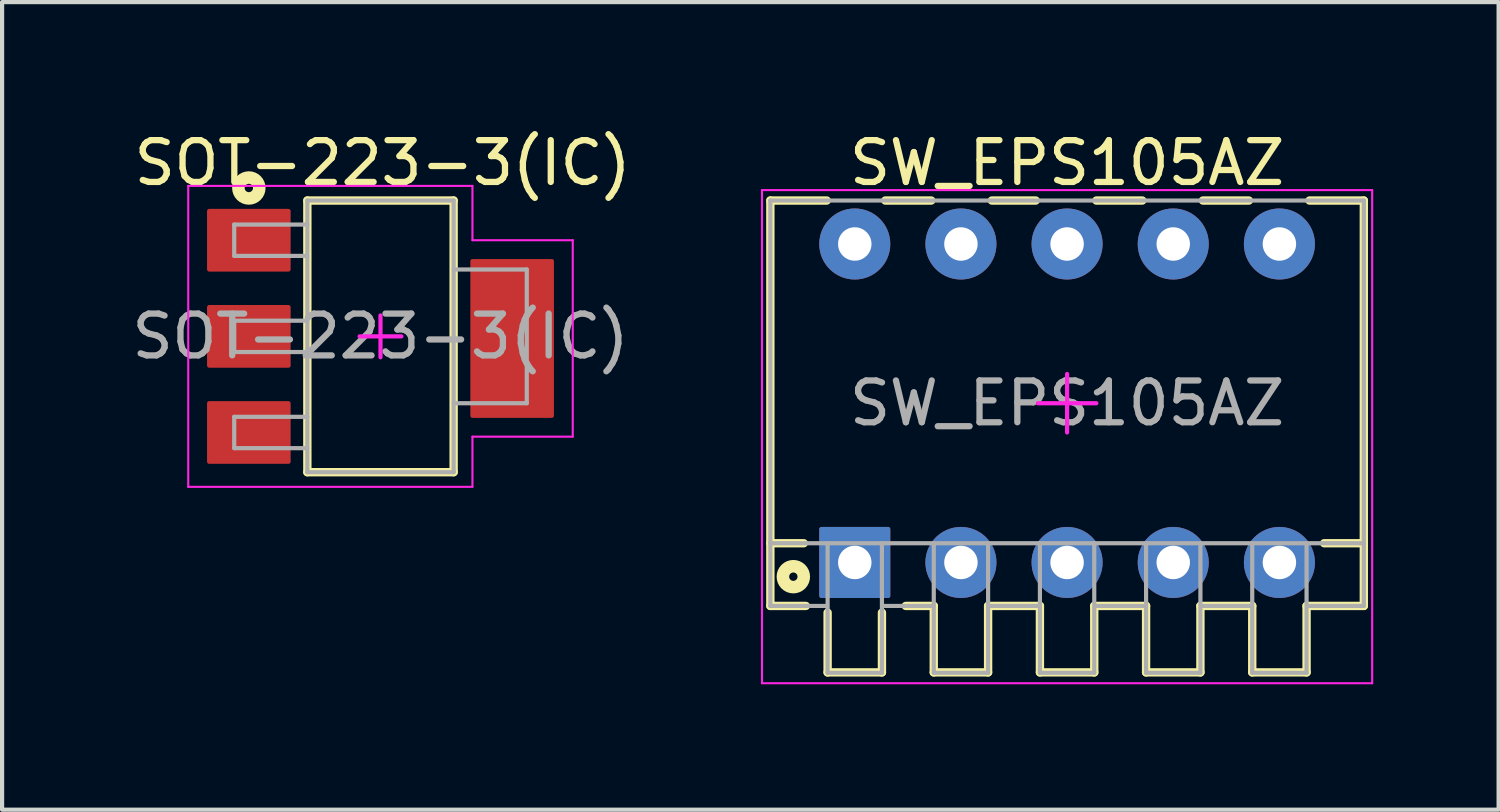
<source format=kicad_pcb>
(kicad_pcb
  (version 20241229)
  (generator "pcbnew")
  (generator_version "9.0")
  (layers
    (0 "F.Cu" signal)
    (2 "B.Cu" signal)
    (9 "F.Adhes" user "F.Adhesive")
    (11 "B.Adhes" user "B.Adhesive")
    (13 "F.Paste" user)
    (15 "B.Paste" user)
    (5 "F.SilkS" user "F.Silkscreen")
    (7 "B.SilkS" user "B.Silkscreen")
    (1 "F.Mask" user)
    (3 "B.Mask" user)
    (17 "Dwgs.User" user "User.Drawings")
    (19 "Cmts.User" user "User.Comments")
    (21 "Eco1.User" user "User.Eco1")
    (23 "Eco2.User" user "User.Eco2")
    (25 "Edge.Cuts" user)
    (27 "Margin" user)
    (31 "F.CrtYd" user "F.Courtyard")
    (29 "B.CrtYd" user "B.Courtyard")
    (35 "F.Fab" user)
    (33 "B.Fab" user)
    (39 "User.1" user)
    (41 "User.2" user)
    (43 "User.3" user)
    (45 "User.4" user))
  (footprint "SOT-223-3(IC)"
    (layer "F.Cu")
    (at 6.054 4.998)
    (property "Reference" "SOT-223-3(IC)" (at 0.05 -4.15 0) (layer "F.SilkS") (effects (font (size 1 1) (thickness 0.15))))
    (attr through_hole)
    (fp_line (start -1.75 -3.25) (end 1.75 -3.25) (stroke (width 0.2) (type solid)) (layer "F.SilkS"))
    (fp_line (start -1.75 3.25) (end -1.75 -3.25) (stroke (width 0.2) (type solid)) (layer "F.SilkS"))
    (fp_line (start 1.75 -3.25) (end 1.75 3.25) (stroke (width 0.2) (type solid)) (layer "F.SilkS"))
    (fp_line (start 1.75 3.25) (end -1.75 3.25) (stroke (width 0.2) (type solid)) (layer "F.SilkS"))
    (fp_circle (center -3.15 -3.55) (end -3.05 -3.55) (stroke (width 0.3) (type solid)) (fill no) (layer "F.SilkS"))
    (fp_line (start -4.6 -3.6) (end 2.2 -3.6) (stroke (width 0.05) (type solid)) (layer "F.CrtYd"))
    (fp_line (start -4.6 3.6) (end -4.6 -3.6) (stroke (width 0.05) (type solid)) (layer "F.CrtYd"))
    (fp_line (start -0.5 0) (end 0.5 0) (stroke (width 0.1) (type solid)) (layer "F.CrtYd"))
    (fp_line (start 0 -0.5) (end 0 0.5) (stroke (width 0.1) (type solid)) (layer "F.CrtYd"))
    (fp_line (start 2.2 -3.6) (end 2.2 -2.3) (stroke (width 0.05) (type solid)) (layer "F.CrtYd"))
    (fp_line (start 2.2 -2.3) (end 4.6 -2.3) (stroke (width 0.05) (type solid)) (layer "F.CrtYd"))
    (fp_line (start 2.2 2.4) (end 2.2 3.6) (stroke (width 0.05) (type solid)) (layer "F.CrtYd"))
    (fp_line (start 2.2 3.6) (end -4.6 3.6) (stroke (width 0.05) (type solid)) (layer "F.CrtYd"))
    (fp_line (start 4.6 -2.3) (end 4.6 2.4) (stroke (width 0.05) (type solid)) (layer "F.CrtYd"))
    (fp_line (start 4.6 2.4) (end 2.2 2.4) (stroke (width 0.05) (type solid)) (layer "F.CrtYd"))
    (fp_line (start -3.5 -2.675) (end -1.75 -2.675) (stroke (width 0.1) (type solid)) (layer "F.Fab"))
    (fp_line (start -3.5 -1.925) (end -3.5 -2.675) (stroke (width 0.1) (type solid)) (layer "F.Fab"))
    (fp_line (start -3.5 -0.375) (end -1.75 -0.375) (stroke (width 0.1) (type solid)) (layer "F.Fab"))
    (fp_line (start -3.5 0.375) (end -3.5 -0.375) (stroke (width 0.1) (type solid)) (layer "F.Fab"))
    (fp_line (start -3.5 1.925) (end -1.75 1.925) (stroke (width 0.1) (type solid)) (layer "F.Fab"))
    (fp_line (start -3.5 2.675) (end -3.5 1.925) (stroke (width 0.1) (type solid)) (layer "F.Fab"))
    (fp_line (start -1.75 -3.25) (end -1.75 3.25) (stroke (width 0.1) (type solid)) (layer "F.Fab"))
    (fp_line (start -1.75 -3.25) (end 1.75 -3.25) (stroke (width 0.1) (type solid)) (layer "F.Fab"))
    (fp_line (start -1.75 -1.925) (end -3.5 -1.925) (stroke (width 0.1) (type solid)) (layer "F.Fab"))
    (fp_line (start -1.75 0.375) (end -3.5 0.375) (stroke (width 0.1) (type solid)) (layer "F.Fab"))
    (fp_line (start -1.75 2.675) (end -3.5 2.675) (stroke (width 0.1) (type solid)) (layer "F.Fab"))
    (fp_line (start -1.75 3.25) (end 1.75 3.25) (stroke (width 0.1) (type solid)) (layer "F.Fab"))
    (fp_line (start 1.75 -3.25) (end 1.75 3.25) (stroke (width 0.1) (type solid)) (layer "F.Fab"))
    (fp_line (start 3.5 -1.6) (end 1.75 -1.6) (stroke (width 0.1) (type solid)) (layer "F.Fab"))
    (fp_line (start 3.5 1.6) (end 1.75 1.6) (stroke (width 0.1) (type solid)) (layer "F.Fab"))
    (fp_line (start 3.5 1.6) (end 3.5 -1.6) (stroke (width 0.1) (type solid)) (layer "F.Fab"))
    (fp_text user "${REFERENCE}" (at 0 0 0) (layer "F.Fab") (effects (font (size 1 1) (thickness 0.15))))
    (pad "1" smd roundrect (at -3.15 -2.3) (size 2 1.5) (layers "F.Cu" "F.Mask" "F.Paste") (roundrect_rratio 0.034))
    (pad "2" smd roundrect (at -3.15 0) (size 2 1.5) (layers "F.Cu" "F.Mask" "F.Paste") (roundrect_rratio 0.034))
    (pad "2" smd roundrect (at 3.15 0.05) (size 2 3.8) (layers "F.Cu" "F.Mask" "F.Paste") (roundrect_rratio 0.025))
    (pad "3" smd roundrect (at -3.15 2.3) (size 2 1.5) (layers "F.Cu" "F.Mask" "F.Paste") (roundrect_rratio 0.034)))
  (footprint "SW_EPS105AZ"
    (layer "F.Cu")
    (at 22.482 6.598)
    (property "Reference" "SW_EPS105AZ" (at 0 -5.75 0) (layer "F.SilkS") (effects (font (size 1 1) (thickness 0.15))))
    (attr through_hole)
    (fp_line (start -7.1 -4.85) (end -5.75 -4.85) (stroke (width 0.2) (type solid)) (layer "F.SilkS"))
    (fp_line (start -7.1 3.35) (end -6.3 3.35) (stroke (width 0.2) (type solid)) (layer "F.SilkS"))
    (fp_line (start -7.1 4.85) (end -7.1 -4.85) (stroke (width 0.2) (type solid)) (layer "F.SilkS"))
    (fp_line (start -7.1 4.85) (end -6.25 4.85) (stroke (width 0.2) (type solid)) (layer "F.SilkS"))
    (fp_line (start -5.73 6.44) (end -5.73 5.01) (stroke (width 0.2) (type solid)) (layer "F.SilkS"))
    (fp_line (start -5.73 6.44) (end -4.43 6.44) (stroke (width 0.2) (type solid)) (layer "F.SilkS"))
    (fp_line (start -4.43 6.44) (end -4.43 5.01) (stroke (width 0.2) (type solid)) (layer "F.SilkS"))
    (fp_line (start -4.35 -4.85) (end -3.25 -4.85) (stroke (width 0.2) (type solid)) (layer "F.SilkS"))
    (fp_line (start -3.86 4.85) (end -3.19 4.85) (stroke (width 0.2) (type solid)) (layer "F.SilkS"))
    (fp_line (start -3.19 6.44) (end -3.19 4.85) (stroke (width 0.2) (type solid)) (layer "F.SilkS"))
    (fp_line (start -3.19 6.44) (end -1.89 6.44) (stroke (width 0.2) (type solid)) (layer "F.SilkS"))
    (fp_line (start -1.89 4.85) (end -0.65 4.85) (stroke (width 0.2) (type solid)) (layer "F.SilkS"))
    (fp_line (start -1.89 6.44) (end -1.89 4.85) (stroke (width 0.2) (type solid)) (layer "F.SilkS"))
    (fp_line (start -1.8 -4.85) (end -0.75 -4.85) (stroke (width 0.2) (type solid)) (layer "F.SilkS"))
    (fp_line (start -0.65 6.44) (end -0.65 4.85) (stroke (width 0.2) (type solid)) (layer "F.SilkS"))
    (fp_line (start -0.65 6.44) (end 0.65 6.44) (stroke (width 0.2) (type solid)) (layer "F.SilkS"))
    (fp_line (start 0.65 4.85) (end 1.89 4.85) (stroke (width 0.2) (type solid)) (layer "F.SilkS"))
    (fp_line (start 0.65 6.44) (end 0.65 4.85) (stroke (width 0.2) (type solid)) (layer "F.SilkS"))
    (fp_line (start 0.7 -4.85) (end 1.8 -4.85) (stroke (width 0.2) (type solid)) (layer "F.SilkS"))
    (fp_line (start 1.89 6.44) (end 1.89 4.85) (stroke (width 0.2) (type solid)) (layer "F.SilkS"))
    (fp_line (start 1.89 6.44) (end 3.19 6.44) (stroke (width 0.2) (type solid)) (layer "F.SilkS"))
    (fp_line (start 3.19 4.85) (end 4.43 4.85) (stroke (width 0.2) (type solid)) (layer "F.SilkS"))
    (fp_line (start 3.19 6.44) (end 3.19 4.85) (stroke (width 0.2) (type solid)) (layer "F.SilkS"))
    (fp_line (start 3.25 -4.85) (end 4.35 -4.85) (stroke (width 0.2) (type solid)) (layer "F.SilkS"))
    (fp_line (start 4.43 6.44) (end 4.43 4.85) (stroke (width 0.2) (type solid)) (layer "F.SilkS"))
    (fp_line (start 4.43 6.44) (end 5.73 6.44) (stroke (width 0.2) (type solid)) (layer "F.SilkS"))
    (fp_line (start 5.73 4.85) (end 7.1 4.85) (stroke (width 0.2) (type solid)) (layer "F.SilkS"))
    (fp_line (start 5.73 6.44) (end 5.73 4.85) (stroke (width 0.2) (type solid)) (layer "F.SilkS"))
    (fp_line (start 5.8 -4.85) (end 7.1 -4.85) (stroke (width 0.2) (type solid)) (layer "F.SilkS"))
    (fp_line (start 7.1 -4.85) (end 7.1 4.85) (stroke (width 0.2) (type solid)) (layer "F.SilkS"))
    (fp_line (start 7.1 3.35) (end 6.15 3.35) (stroke (width 0.2) (type solid)) (layer "F.SilkS"))
    (fp_circle (center -6.55 4.15) (end -6.45 4.15) (stroke (width 0.3) (type solid)) (fill no) (layer "F.SilkS"))
    (fp_line (start -7.3 -5.1) (end -7.3 6.7) (stroke (width 0.05) (type solid)) (layer "F.CrtYd"))
    (fp_line (start -7.3 6.7) (end 7.3 6.7) (stroke (width 0.05) (type solid)) (layer "F.CrtYd"))
    (fp_line (start -0.7 0) (end 0.7 0) (stroke (width 0.1) (type solid)) (layer "F.CrtYd"))
    (fp_line (start 0 -0.7) (end 0 0.7) (stroke (width 0.1) (type solid)) (layer "F.CrtYd"))
    (fp_line (start 7.3 -5.1) (end -7.3 -5.1) (stroke (width 0.05) (type solid)) (layer "F.CrtYd"))
    (fp_line (start 7.3 6.7) (end 7.3 -5.1) (stroke (width 0.05) (type solid)) (layer "F.CrtYd"))
    (fp_line (start -7.1 -4.85) (end -7.1 4.85) (stroke (width 0.1) (type solid)) (layer "F.Fab"))
    (fp_line (start -7.1 3.35) (end 7.1 3.35) (stroke (width 0.1) (type solid)) (layer "F.Fab"))
    (fp_line (start -7.1 4.85) (end -5.75 4.85) (stroke (width 0.1) (type solid)) (layer "F.Fab"))
    (fp_line (start -5.73 6.45) (end -5.73 3.35) (stroke (width 0.1) (type solid)) (layer "F.Fab"))
    (fp_line (start -4.43 3.35) (end -4.43 6.45) (stroke (width 0.1) (type solid)) (layer "F.Fab"))
    (fp_line (start -4.43 6.45) (end -5.73 6.45) (stroke (width 0.1) (type solid)) (layer "F.Fab"))
    (fp_line (start -4.4 4.85) (end -3.2 4.85) (stroke (width 0.1) (type solid)) (layer "F.Fab"))
    (fp_line (start -3.19 6.45) (end -3.19 3.35) (stroke (width 0.1) (type solid)) (layer "F.Fab"))
    (fp_line (start -1.89 3.35) (end -1.89 6.45) (stroke (width 0.1) (type solid)) (layer "F.Fab"))
    (fp_line (start -1.89 6.45) (end -3.19 6.45) (stroke (width 0.1) (type solid)) (layer "F.Fab"))
    (fp_line (start -1.85 4.85) (end -0.7 4.85) (stroke (width 0.1) (type solid)) (layer "F.Fab"))
    (fp_line (start -0.65 6.45) (end -0.65 3.35) (stroke (width 0.1) (type solid)) (layer "F.Fab"))
    (fp_line (start 0.65 3.35) (end 0.65 6.45) (stroke (width 0.1) (type solid)) (layer "F.Fab"))
    (fp_line (start 0.65 6.45) (end -0.65 6.45) (stroke (width 0.1) (type solid)) (layer "F.Fab"))
    (fp_line (start 0.7 4.85) (end 1.85 4.85) (stroke (width 0.1) (type solid)) (layer "F.Fab"))
    (fp_line (start 1.89 6.45) (end 1.89 3.35) (stroke (width 0.1) (type solid)) (layer "F.Fab"))
    (fp_line (start 3.19 3.35) (end 3.19 6.45) (stroke (width 0.1) (type solid)) (layer "F.Fab"))
    (fp_line (start 3.19 6.45) (end 1.89 6.45) (stroke (width 0.1) (type solid)) (layer "F.Fab"))
    (fp_line (start 3.25 4.85) (end 4.4 4.85) (stroke (width 0.1) (type solid)) (layer "F.Fab"))
    (fp_line (start 4.43 6.45) (end 4.43 3.35) (stroke (width 0.1) (type solid)) (layer "F.Fab"))
    (fp_line (start 5.73 3.35) (end 5.73 6.45) (stroke (width 0.1) (type solid)) (layer "F.Fab"))
    (fp_line (start 5.73 6.45) (end 4.43 6.45) (stroke (width 0.1) (type solid)) (layer "F.Fab"))
    (fp_line (start 5.75 4.85) (end 7.1 4.85) (stroke (width 0.1) (type solid)) (layer "F.Fab"))
    (fp_line (start 7.1 -4.85) (end -7.1 -4.85) (stroke (width 0.1) (type solid)) (layer "F.Fab"))
    (fp_line (start 7.1 4.85) (end 7.1 -4.85) (stroke (width 0.1) (type solid)) (layer "F.Fab"))
    (fp_text user "${REFERENCE}" (at 0 0 0) (layer "F.Fab") (effects (font (size 1 1) (thickness 0.15))))
    (pad "1" thru_hole roundrect (at -5.08 3.81) (size 1.7 1.7) (drill 0.8) (layers "*.Cu" "*.Mask") (roundrect_rratio 0.03))
    (pad "2" thru_hole circle (at -2.54 3.81) (size 1.7 1.7) (drill 0.8) (layers "*.Cu" "*.Mask"))
    (pad "3" thru_hole circle (at 0 3.81) (size 1.7 1.7) (drill 0.8) (layers "*.Cu" "*.Mask"))
    (pad "4" thru_hole circle (at 2.54 3.81) (size 1.7 1.7) (drill 0.8) (layers "*.Cu" "*.Mask"))
    (pad "5" thru_hole circle (at 5.08 3.81) (size 1.7 1.7) (drill 0.8) (layers "*.Cu" "*.Mask"))
    (pad "6" thru_hole circle (at 5.08 -3.81) (size 1.7 1.7) (drill 0.8) (layers "*.Cu" "*.Mask"))
    (pad "7" thru_hole circle (at 2.54 -3.81) (size 1.7 1.7) (drill 0.8) (layers "*.Cu" "*.Mask"))
    (pad "8" thru_hole circle (at 0 -3.81) (size 1.7 1.7) (drill 0.8) (layers "*.Cu" "*.Mask"))
    (pad "9" thru_hole circle (at -2.54 -3.81) (size 1.7 1.7) (drill 0.8) (layers "*.Cu" "*.Mask"))
    (pad "10" thru_hole circle (at -5.08 -3.81) (size 1.7 1.7) (drill 0.8) (layers "*.Cu" "*.Mask")))
  (gr_rect
    (start -3 -3)
    (end 32.807 16.323)
    (stroke (width 0.1) (type default))
    (fill no)
    (layer "Edge.Cuts")))
</source>
